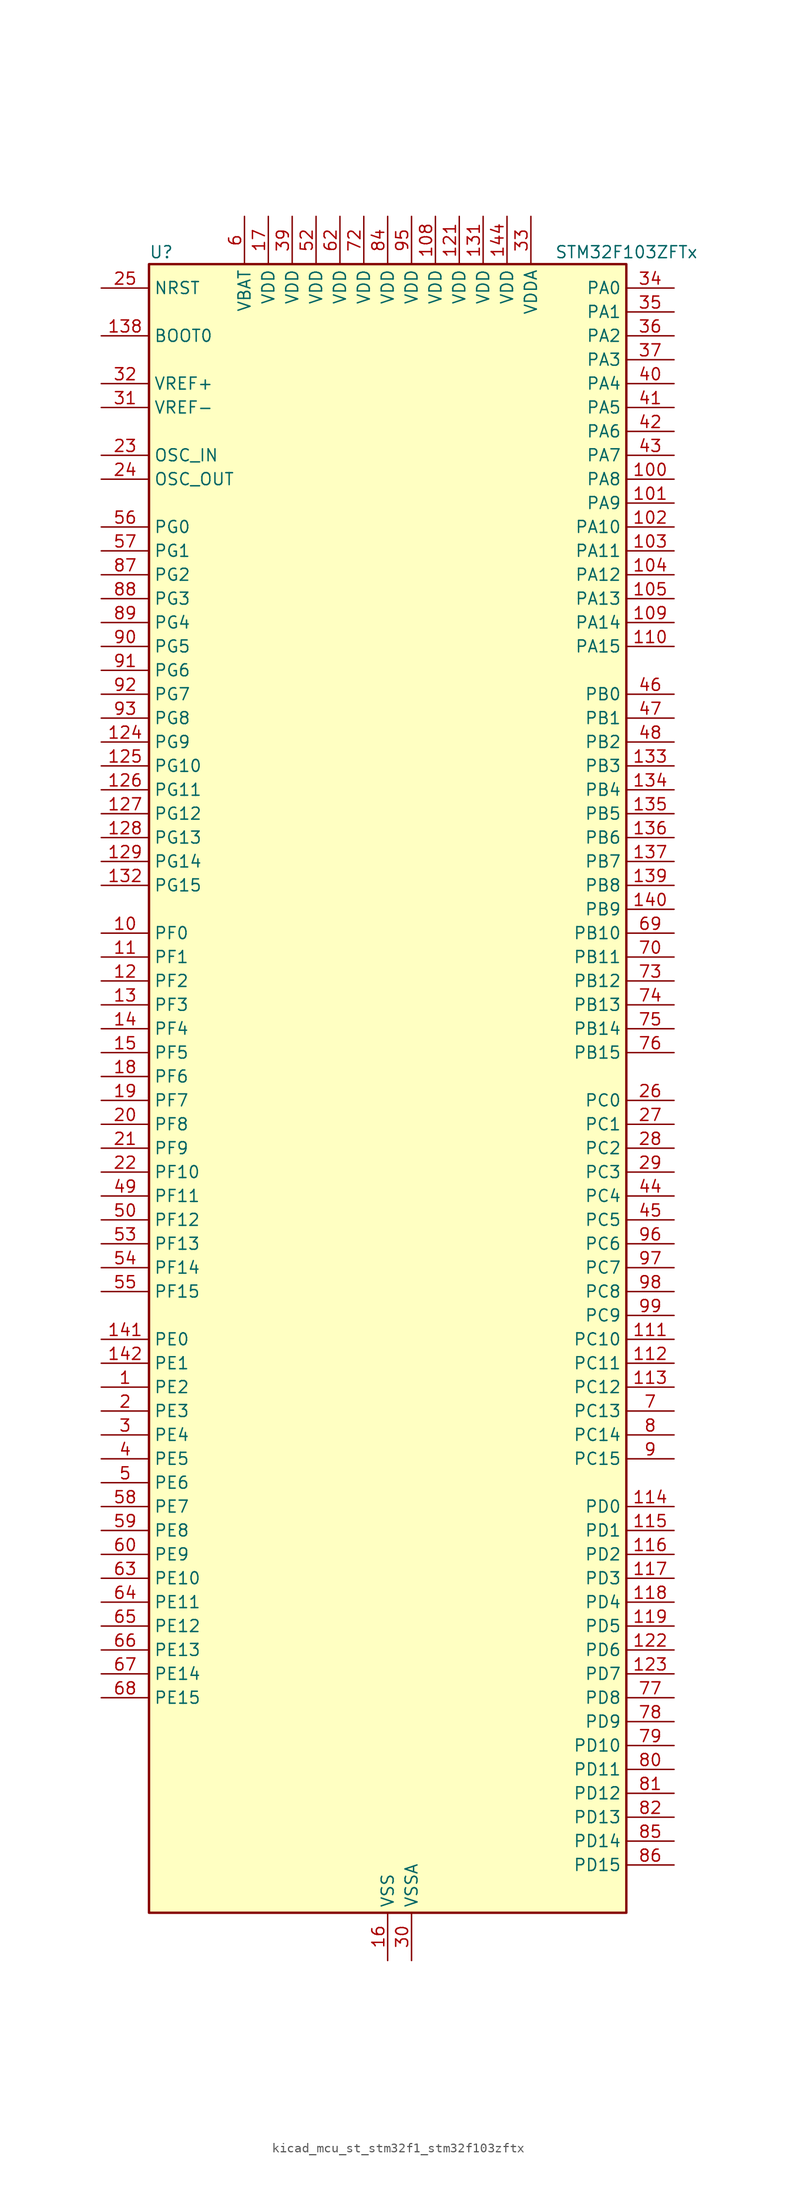
<source format=kicad_sym>
(kicad_symbol_lib
  (version 20220914)
  (generator kicad_symbol_editor)
  (symbol "kicad_mcu_st_stm32f1_stm32f103zftx"
    (property "Reference" "U"
      (at -25.4 90.17 0)
      (effects (font (size 1.27 1.27)) (justify left)))
    (property "Value" "STM32F103ZFTx"
      (at 17.78 90.17 0)
      (effects (font (size 1.27 1.27)) (justify left)))
    (property "ki_locked" ""
      (at 0 0 0)
      (effects (font (size 1.27 1.27))))
    (symbol "kicad_mcu_st_stm32f1_stm32f103zftx_0_1"
      (rectangle (start -25.4 -86.36) (end 25.4 88.9) (stroke (width 0.254) (type default)) (fill (type background))))
    (symbol "kicad_mcu_st_stm32f1_stm32f103zftx_1_1"
      (pin bidirectional line (at -30.48 -30.48 0) (length 5.08) (name "PE2" (effects (font (size 1.27 1.27)))) (number "1" (effects (font (size 1.27 1.27)))) (alternate "FSMC_A23" bidirectional line) (alternate "SYS_TRACECLK" bidirectional line))
      (pin bidirectional line (at -30.48 17.78 0) (length 5.08) (name "PF0" (effects (font (size 1.27 1.27)))) (number "10" (effects (font (size 1.27 1.27)))) (alternate "FSMC_A0" bidirectional line))
      (pin bidirectional line (at 30.48 66.04 180) (length 5.08) (name "PA8" (effects (font (size 1.27 1.27)))) (number "100" (effects (font (size 1.27 1.27)))) (alternate "RCC_MCO" bidirectional line) (alternate "TIM1_CH1" bidirectional line) (alternate "USART1_CK" bidirectional line))
      (pin bidirectional line (at 30.48 63.5 180) (length 5.08) (name "PA9" (effects (font (size 1.27 1.27)))) (number "101" (effects (font (size 1.27 1.27)))) (alternate "DAC_EXTI9" bidirectional line) (alternate "TIM1_CH2" bidirectional line) (alternate "USART1_TX" bidirectional line))
      (pin bidirectional line (at 30.48 60.96 180) (length 5.08) (name "PA10" (effects (font (size 1.27 1.27)))) (number "102" (effects (font (size 1.27 1.27)))) (alternate "TIM1_CH3" bidirectional line) (alternate "USART1_RX" bidirectional line))
      (pin bidirectional line (at 30.48 58.42 180) (length 5.08) (name "PA11" (effects (font (size 1.27 1.27)))) (number "103" (effects (font (size 1.27 1.27)))) (alternate "ADC1_EXTI11" bidirectional line) (alternate "ADC2_EXTI11" bidirectional line) (alternate "CAN_RX" bidirectional line) (alternate "TIM1_CH4" bidirectional line) (alternate "USART1_CTS" bidirectional line) (alternate "USB_DM" bidirectional line))
      (pin bidirectional line (at 30.48 55.88 180) (length 5.08) (name "PA12" (effects (font (size 1.27 1.27)))) (number "104" (effects (font (size 1.27 1.27)))) (alternate "CAN_TX" bidirectional line) (alternate "TIM1_ETR" bidirectional line) (alternate "USART1_RTS" bidirectional line) (alternate "USB_DP" bidirectional line))
      (pin bidirectional line (at 30.48 53.34 180) (length 5.08) (name "PA13" (effects (font (size 1.27 1.27)))) (number "105" (effects (font (size 1.27 1.27)))) (alternate "SYS_JTMS-SWDIO" bidirectional line))
      (pin no_connect line (at -25.4 -86.36 0) (length 5.08) hide (name "NC" (effects (font (size 1.27 1.27)))) (number "106" (effects (font (size 1.27 1.27)))))
      (pin passive line (at 0 -91.44 90) (length 5.08) hide (name "VSS" (effects (font (size 1.27 1.27)))) (number "107" (effects (font (size 1.27 1.27)))))
      (pin power_in line (at 5.08 93.98 270) (length 5.08) (name "VDD" (effects (font (size 1.27 1.27)))) (number "108" (effects (font (size 1.27 1.27)))))
      (pin bidirectional line (at 30.48 50.8 180) (length 5.08) (name "PA14" (effects (font (size 1.27 1.27)))) (number "109" (effects (font (size 1.27 1.27)))) (alternate "SYS_JTCK-SWCLK" bidirectional line))
      (pin bidirectional line (at -30.48 15.24 0) (length 5.08) (name "PF1" (effects (font (size 1.27 1.27)))) (number "11" (effects (font (size 1.27 1.27)))) (alternate "FSMC_A1" bidirectional line))
      (pin bidirectional line (at 30.48 48.26 180) (length 5.08) (name "PA15" (effects (font (size 1.27 1.27)))) (number "110" (effects (font (size 1.27 1.27)))) (alternate "ADC1_EXTI15" bidirectional line) (alternate "ADC2_EXTI15" bidirectional line) (alternate "I2S3_WS" bidirectional line) (alternate "SPI1_NSS" bidirectional line) (alternate "SPI3_NSS" bidirectional line) (alternate "SYS_JTDI" bidirectional line) (alternate "TIM2_CH1" bidirectional line) (alternate "TIM2_ETR" bidirectional line))
      (pin bidirectional line (at 30.48 -25.4 180) (length 5.08) (name "PC10" (effects (font (size 1.27 1.27)))) (number "111" (effects (font (size 1.27 1.27)))) (alternate "SDIO_D2" bidirectional line) (alternate "UART4_TX" bidirectional line) (alternate "USART3_TX" bidirectional line))
      (pin bidirectional line (at 30.48 -27.94 180) (length 5.08) (name "PC11" (effects (font (size 1.27 1.27)))) (number "112" (effects (font (size 1.27 1.27)))) (alternate "ADC1_EXTI11" bidirectional line) (alternate "ADC2_EXTI11" bidirectional line) (alternate "SDIO_D3" bidirectional line) (alternate "UART4_RX" bidirectional line) (alternate "USART3_RX" bidirectional line))
      (pin bidirectional line (at 30.48 -30.48 180) (length 5.08) (name "PC12" (effects (font (size 1.27 1.27)))) (number "113" (effects (font (size 1.27 1.27)))) (alternate "SDIO_CK" bidirectional line) (alternate "UART5_TX" bidirectional line) (alternate "USART3_CK" bidirectional line))
      (pin bidirectional line (at 30.48 -43.18 180) (length 5.08) (name "PD0" (effects (font (size 1.27 1.27)))) (number "114" (effects (font (size 1.27 1.27)))) (alternate "CAN_RX" bidirectional line) (alternate "FSMC_D2" bidirectional line) (alternate "FSMC_DA2" bidirectional line))
      (pin bidirectional line (at 30.48 -45.72 180) (length 5.08) (name "PD1" (effects (font (size 1.27 1.27)))) (number "115" (effects (font (size 1.27 1.27)))) (alternate "CAN_TX" bidirectional line) (alternate "FSMC_D3" bidirectional line) (alternate "FSMC_DA3" bidirectional line))
      (pin bidirectional line (at 30.48 -48.26 180) (length 5.08) (name "PD2" (effects (font (size 1.27 1.27)))) (number "116" (effects (font (size 1.27 1.27)))) (alternate "SDIO_CMD" bidirectional line) (alternate "TIM3_ETR" bidirectional line) (alternate "UART5_RX" bidirectional line))
      (pin bidirectional line (at 30.48 -50.8 180) (length 5.08) (name "PD3" (effects (font (size 1.27 1.27)))) (number "117" (effects (font (size 1.27 1.27)))) (alternate "FSMC_CLK" bidirectional line) (alternate "USART2_CTS" bidirectional line))
      (pin bidirectional line (at 30.48 -53.34 180) (length 5.08) (name "PD4" (effects (font (size 1.27 1.27)))) (number "118" (effects (font (size 1.27 1.27)))) (alternate "FSMC_NOE" bidirectional line) (alternate "USART2_RTS" bidirectional line))
      (pin bidirectional line (at 30.48 -55.88 180) (length 5.08) (name "PD5" (effects (font (size 1.27 1.27)))) (number "119" (effects (font (size 1.27 1.27)))) (alternate "FSMC_NWE" bidirectional line) (alternate "USART2_TX" bidirectional line))
      (pin bidirectional line (at -30.48 12.7 0) (length 5.08) (name "PF2" (effects (font (size 1.27 1.27)))) (number "12" (effects (font (size 1.27 1.27)))) (alternate "FSMC_A2" bidirectional line))
      (pin passive line (at 0 -91.44 90) (length 5.08) hide (name "VSS" (effects (font (size 1.27 1.27)))) (number "120" (effects (font (size 1.27 1.27)))))
      (pin power_in line (at 7.62 93.98 270) (length 5.08) (name "VDD" (effects (font (size 1.27 1.27)))) (number "121" (effects (font (size 1.27 1.27)))))
      (pin bidirectional line (at 30.48 -58.42 180) (length 5.08) (name "PD6" (effects (font (size 1.27 1.27)))) (number "122" (effects (font (size 1.27 1.27)))) (alternate "FSMC_NWAIT" bidirectional line) (alternate "USART2_RX" bidirectional line))
      (pin bidirectional line (at 30.48 -60.96 180) (length 5.08) (name "PD7" (effects (font (size 1.27 1.27)))) (number "123" (effects (font (size 1.27 1.27)))) (alternate "FSMC_NCE2" bidirectional line) (alternate "FSMC_NE1" bidirectional line) (alternate "USART2_CK" bidirectional line))
      (pin bidirectional line (at -30.48 38.1 0) (length 5.08) (name "PG9" (effects (font (size 1.27 1.27)))) (number "124" (effects (font (size 1.27 1.27)))) (alternate "DAC_EXTI9" bidirectional line) (alternate "FSMC_NCE3" bidirectional line) (alternate "FSMC_NE2" bidirectional line))
      (pin bidirectional line (at -30.48 35.56 0) (length 5.08) (name "PG10" (effects (font (size 1.27 1.27)))) (number "125" (effects (font (size 1.27 1.27)))) (alternate "FSMC_NCE4_1" bidirectional line) (alternate "FSMC_NE3" bidirectional line))
      (pin bidirectional line (at -30.48 33.02 0) (length 5.08) (name "PG11" (effects (font (size 1.27 1.27)))) (number "126" (effects (font (size 1.27 1.27)))) (alternate "ADC1_EXTI11" bidirectional line) (alternate "ADC2_EXTI11" bidirectional line) (alternate "FSMC_NCE4_2" bidirectional line))
      (pin bidirectional line (at -30.48 30.48 0) (length 5.08) (name "PG12" (effects (font (size 1.27 1.27)))) (number "127" (effects (font (size 1.27 1.27)))) (alternate "FSMC_NE4" bidirectional line))
      (pin bidirectional line (at -30.48 27.94 0) (length 5.08) (name "PG13" (effects (font (size 1.27 1.27)))) (number "128" (effects (font (size 1.27 1.27)))) (alternate "FSMC_A24" bidirectional line))
      (pin bidirectional line (at -30.48 25.4 0) (length 5.08) (name "PG14" (effects (font (size 1.27 1.27)))) (number "129" (effects (font (size 1.27 1.27)))) (alternate "FSMC_A25" bidirectional line))
      (pin bidirectional line (at -30.48 10.16 0) (length 5.08) (name "PF3" (effects (font (size 1.27 1.27)))) (number "13" (effects (font (size 1.27 1.27)))) (alternate "FSMC_A3" bidirectional line))
      (pin passive line (at 0 -91.44 90) (length 5.08) hide (name "VSS" (effects (font (size 1.27 1.27)))) (number "130" (effects (font (size 1.27 1.27)))))
      (pin power_in line (at 10.16 93.98 270) (length 5.08) (name "VDD" (effects (font (size 1.27 1.27)))) (number "131" (effects (font (size 1.27 1.27)))))
      (pin bidirectional line (at -30.48 22.86 0) (length 5.08) (name "PG15" (effects (font (size 1.27 1.27)))) (number "132" (effects (font (size 1.27 1.27)))) (alternate "ADC1_EXTI15" bidirectional line) (alternate "ADC2_EXTI15" bidirectional line))
      (pin bidirectional line (at 30.48 35.56 180) (length 5.08) (name "PB3" (effects (font (size 1.27 1.27)))) (number "133" (effects (font (size 1.27 1.27)))) (alternate "I2S3_CK" bidirectional line) (alternate "SPI1_SCK" bidirectional line) (alternate "SPI3_SCK" bidirectional line) (alternate "SYS_JTDO-TRACESWO" bidirectional line) (alternate "TIM2_CH2" bidirectional line))
      (pin bidirectional line (at 30.48 33.02 180) (length 5.08) (name "PB4" (effects (font (size 1.27 1.27)))) (number "134" (effects (font (size 1.27 1.27)))) (alternate "SPI1_MISO" bidirectional line) (alternate "SPI3_MISO" bidirectional line) (alternate "SYS_NJTRST" bidirectional line) (alternate "TIM3_CH1" bidirectional line))
      (pin bidirectional line (at 30.48 30.48 180) (length 5.08) (name "PB5" (effects (font (size 1.27 1.27)))) (number "135" (effects (font (size 1.27 1.27)))) (alternate "I2C1_SMBA" bidirectional line) (alternate "I2S3_SD" bidirectional line) (alternate "SPI1_MOSI" bidirectional line) (alternate "SPI3_MOSI" bidirectional line) (alternate "TIM3_CH2" bidirectional line))
      (pin bidirectional line (at 30.48 27.94 180) (length 5.08) (name "PB6" (effects (font (size 1.27 1.27)))) (number "136" (effects (font (size 1.27 1.27)))) (alternate "I2C1_SCL" bidirectional line) (alternate "TIM4_CH1" bidirectional line) (alternate "USART1_TX" bidirectional line))
      (pin bidirectional line (at 30.48 25.4 180) (length 5.08) (name "PB7" (effects (font (size 1.27 1.27)))) (number "137" (effects (font (size 1.27 1.27)))) (alternate "FSMC_NL" bidirectional line) (alternate "I2C1_SDA" bidirectional line) (alternate "TIM4_CH2" bidirectional line) (alternate "USART1_RX" bidirectional line))
      (pin input line (at -30.48 81.28 0) (length 5.08) (name "BOOT0" (effects (font (size 1.27 1.27)))) (number "138" (effects (font (size 1.27 1.27)))))
      (pin bidirectional line (at 30.48 22.86 180) (length 5.08) (name "PB8" (effects (font (size 1.27 1.27)))) (number "139" (effects (font (size 1.27 1.27)))) (alternate "CAN_RX" bidirectional line) (alternate "I2C1_SCL" bidirectional line) (alternate "SDIO_D4" bidirectional line) (alternate "TIM10_CH1" bidirectional line) (alternate "TIM4_CH3" bidirectional line))
      (pin bidirectional line (at -30.48 7.62 0) (length 5.08) (name "PF4" (effects (font (size 1.27 1.27)))) (number "14" (effects (font (size 1.27 1.27)))) (alternate "FSMC_A4" bidirectional line))
      (pin bidirectional line (at 30.48 20.32 180) (length 5.08) (name "PB9" (effects (font (size 1.27 1.27)))) (number "140" (effects (font (size 1.27 1.27)))) (alternate "CAN_TX" bidirectional line) (alternate "DAC_EXTI9" bidirectional line) (alternate "I2C1_SDA" bidirectional line) (alternate "SDIO_D5" bidirectional line) (alternate "TIM11_CH1" bidirectional line) (alternate "TIM4_CH4" bidirectional line))
      (pin bidirectional line (at -30.48 -25.4 0) (length 5.08) (name "PE0" (effects (font (size 1.27 1.27)))) (number "141" (effects (font (size 1.27 1.27)))) (alternate "FSMC_NBL0" bidirectional line) (alternate "TIM4_ETR" bidirectional line))
      (pin bidirectional line (at -30.48 -27.94 0) (length 5.08) (name "PE1" (effects (font (size 1.27 1.27)))) (number "142" (effects (font (size 1.27 1.27)))) (alternate "FSMC_NBL1" bidirectional line))
      (pin passive line (at 0 -91.44 90) (length 5.08) hide (name "VSS" (effects (font (size 1.27 1.27)))) (number "143" (effects (font (size 1.27 1.27)))))
      (pin power_in line (at 12.7 93.98 270) (length 5.08) (name "VDD" (effects (font (size 1.27 1.27)))) (number "144" (effects (font (size 1.27 1.27)))))
      (pin bidirectional line (at -30.48 5.08 0) (length 5.08) (name "PF5" (effects (font (size 1.27 1.27)))) (number "15" (effects (font (size 1.27 1.27)))) (alternate "FSMC_A5" bidirectional line))
      (pin power_in line (at 0 -91.44 90) (length 5.08) (name "VSS" (effects (font (size 1.27 1.27)))) (number "16" (effects (font (size 1.27 1.27)))))
      (pin power_in line (at -12.7 93.98 270) (length 5.08) (name "VDD" (effects (font (size 1.27 1.27)))) (number "17" (effects (font (size 1.27 1.27)))))
      (pin bidirectional line (at -30.48 2.54 0) (length 5.08) (name "PF6" (effects (font (size 1.27 1.27)))) (number "18" (effects (font (size 1.27 1.27)))) (alternate "ADC3_IN4" bidirectional line) (alternate "FSMC_NIORD" bidirectional line) (alternate "TIM10_CH1" bidirectional line))
      (pin bidirectional line (at -30.48 0 0) (length 5.08) (name "PF7" (effects (font (size 1.27 1.27)))) (number "19" (effects (font (size 1.27 1.27)))) (alternate "ADC3_IN5" bidirectional line) (alternate "FSMC_NREG" bidirectional line) (alternate "TIM11_CH1" bidirectional line))
      (pin bidirectional line (at -30.48 -33.02 0) (length 5.08) (name "PE3" (effects (font (size 1.27 1.27)))) (number "2" (effects (font (size 1.27 1.27)))) (alternate "FSMC_A19" bidirectional line) (alternate "SYS_TRACED0" bidirectional line))
      (pin bidirectional line (at -30.48 -2.54 0) (length 5.08) (name "PF8" (effects (font (size 1.27 1.27)))) (number "20" (effects (font (size 1.27 1.27)))) (alternate "ADC3_IN6" bidirectional line) (alternate "FSMC_NIOWR" bidirectional line) (alternate "TIM13_CH1" bidirectional line))
      (pin bidirectional line (at -30.48 -5.08 0) (length 5.08) (name "PF9" (effects (font (size 1.27 1.27)))) (number "21" (effects (font (size 1.27 1.27)))) (alternate "ADC3_IN7" bidirectional line) (alternate "DAC_EXTI9" bidirectional line) (alternate "FSMC_CD" bidirectional line) (alternate "TIM14_CH1" bidirectional line))
      (pin bidirectional line (at -30.48 -7.62 0) (length 5.08) (name "PF10" (effects (font (size 1.27 1.27)))) (number "22" (effects (font (size 1.27 1.27)))) (alternate "ADC3_IN8" bidirectional line) (alternate "FSMC_INTR" bidirectional line))
      (pin input line (at -30.48 68.58 0) (length 5.08) (name "OSC_IN" (effects (font (size 1.27 1.27)))) (number "23" (effects (font (size 1.27 1.27)))) (alternate "RCC_OSC_IN" bidirectional line))
      (pin input line (at -30.48 66.04 0) (length 5.08) (name "OSC_OUT" (effects (font (size 1.27 1.27)))) (number "24" (effects (font (size 1.27 1.27)))) (alternate "RCC_OSC_OUT" bidirectional line))
      (pin input line (at -30.48 86.36 0) (length 5.08) (name "NRST" (effects (font (size 1.27 1.27)))) (number "25" (effects (font (size 1.27 1.27)))))
      (pin bidirectional line (at 30.48 0 180) (length 5.08) (name "PC0" (effects (font (size 1.27 1.27)))) (number "26" (effects (font (size 1.27 1.27)))) (alternate "ADC1_IN10" bidirectional line) (alternate "ADC2_IN10" bidirectional line) (alternate "ADC3_IN10" bidirectional line))
      (pin bidirectional line (at 30.48 -2.54 180) (length 5.08) (name "PC1" (effects (font (size 1.27 1.27)))) (number "27" (effects (font (size 1.27 1.27)))) (alternate "ADC1_IN11" bidirectional line) (alternate "ADC2_IN11" bidirectional line) (alternate "ADC3_IN11" bidirectional line))
      (pin bidirectional line (at 30.48 -5.08 180) (length 5.08) (name "PC2" (effects (font (size 1.27 1.27)))) (number "28" (effects (font (size 1.27 1.27)))) (alternate "ADC1_IN12" bidirectional line) (alternate "ADC2_IN12" bidirectional line) (alternate "ADC3_IN12" bidirectional line))
      (pin bidirectional line (at 30.48 -7.62 180) (length 5.08) (name "PC3" (effects (font (size 1.27 1.27)))) (number "29" (effects (font (size 1.27 1.27)))) (alternate "ADC1_IN13" bidirectional line) (alternate "ADC2_IN13" bidirectional line) (alternate "ADC3_IN13" bidirectional line))
      (pin bidirectional line (at -30.48 -35.56 0) (length 5.08) (name "PE4" (effects (font (size 1.27 1.27)))) (number "3" (effects (font (size 1.27 1.27)))) (alternate "FSMC_A20" bidirectional line) (alternate "SYS_TRACED1" bidirectional line))
      (pin power_in line (at 2.54 -91.44 90) (length 5.08) (name "VSSA" (effects (font (size 1.27 1.27)))) (number "30" (effects (font (size 1.27 1.27)))))
      (pin input line (at -30.48 73.66 0) (length 5.08) (name "VREF-" (effects (font (size 1.27 1.27)))) (number "31" (effects (font (size 1.27 1.27)))))
      (pin input line (at -30.48 76.2 0) (length 5.08) (name "VREF+" (effects (font (size 1.27 1.27)))) (number "32" (effects (font (size 1.27 1.27)))))
      (pin power_in line (at 15.24 93.98 270) (length 5.08) (name "VDDA" (effects (font (size 1.27 1.27)))) (number "33" (effects (font (size 1.27 1.27)))))
      (pin bidirectional line (at 30.48 86.36 180) (length 5.08) (name "PA0" (effects (font (size 1.27 1.27)))) (number "34" (effects (font (size 1.27 1.27)))) (alternate "ADC1_IN0" bidirectional line) (alternate "ADC2_IN0" bidirectional line) (alternate "ADC3_IN0" bidirectional line) (alternate "SYS_WKUP" bidirectional line) (alternate "TIM2_CH1" bidirectional line) (alternate "TIM2_ETR" bidirectional line) (alternate "TIM5_CH1" bidirectional line) (alternate "TIM8_ETR" bidirectional line) (alternate "USART2_CTS" bidirectional line))
      (pin bidirectional line (at 30.48 83.82 180) (length 5.08) (name "PA1" (effects (font (size 1.27 1.27)))) (number "35" (effects (font (size 1.27 1.27)))) (alternate "ADC1_IN1" bidirectional line) (alternate "ADC2_IN1" bidirectional line) (alternate "ADC3_IN1" bidirectional line) (alternate "TIM2_CH2" bidirectional line) (alternate "TIM5_CH2" bidirectional line) (alternate "USART2_RTS" bidirectional line))
      (pin bidirectional line (at 30.48 81.28 180) (length 5.08) (name "PA2" (effects (font (size 1.27 1.27)))) (number "36" (effects (font (size 1.27 1.27)))) (alternate "ADC1_IN2" bidirectional line) (alternate "ADC2_IN2" bidirectional line) (alternate "ADC3_IN2" bidirectional line) (alternate "TIM2_CH3" bidirectional line) (alternate "TIM5_CH3" bidirectional line) (alternate "TIM9_CH1" bidirectional line) (alternate "USART2_TX" bidirectional line))
      (pin bidirectional line (at 30.48 78.74 180) (length 5.08) (name "PA3" (effects (font (size 1.27 1.27)))) (number "37" (effects (font (size 1.27 1.27)))) (alternate "ADC1_IN3" bidirectional line) (alternate "ADC2_IN3" bidirectional line) (alternate "ADC3_IN3" bidirectional line) (alternate "TIM2_CH4" bidirectional line) (alternate "TIM5_CH4" bidirectional line) (alternate "TIM9_CH2" bidirectional line) (alternate "USART2_RX" bidirectional line))
      (pin passive line (at 0 -91.44 90) (length 5.08) hide (name "VSS" (effects (font (size 1.27 1.27)))) (number "38" (effects (font (size 1.27 1.27)))))
      (pin power_in line (at -10.16 93.98 270) (length 5.08) (name "VDD" (effects (font (size 1.27 1.27)))) (number "39" (effects (font (size 1.27 1.27)))))
      (pin bidirectional line (at -30.48 -38.1 0) (length 5.08) (name "PE5" (effects (font (size 1.27 1.27)))) (number "4" (effects (font (size 1.27 1.27)))) (alternate "FSMC_A21" bidirectional line) (alternate "SYS_TRACED2" bidirectional line) (alternate "TIM9_CH1" bidirectional line))
      (pin bidirectional line (at 30.48 76.2 180) (length 5.08) (name "PA4" (effects (font (size 1.27 1.27)))) (number "40" (effects (font (size 1.27 1.27)))) (alternate "ADC1_IN4" bidirectional line) (alternate "ADC2_IN4" bidirectional line) (alternate "DAC_OUT1" bidirectional line) (alternate "SPI1_NSS" bidirectional line) (alternate "USART2_CK" bidirectional line))
      (pin bidirectional line (at 30.48 73.66 180) (length 5.08) (name "PA5" (effects (font (size 1.27 1.27)))) (number "41" (effects (font (size 1.27 1.27)))) (alternate "ADC1_IN5" bidirectional line) (alternate "ADC2_IN5" bidirectional line) (alternate "DAC_OUT2" bidirectional line) (alternate "SPI1_SCK" bidirectional line))
      (pin bidirectional line (at 30.48 71.12 180) (length 5.08) (name "PA6" (effects (font (size 1.27 1.27)))) (number "42" (effects (font (size 1.27 1.27)))) (alternate "ADC1_IN6" bidirectional line) (alternate "ADC2_IN6" bidirectional line) (alternate "SPI1_MISO" bidirectional line) (alternate "TIM13_CH1" bidirectional line) (alternate "TIM1_BKIN" bidirectional line) (alternate "TIM3_CH1" bidirectional line) (alternate "TIM8_BKIN" bidirectional line))
      (pin bidirectional line (at 30.48 68.58 180) (length 5.08) (name "PA7" (effects (font (size 1.27 1.27)))) (number "43" (effects (font (size 1.27 1.27)))) (alternate "ADC1_IN7" bidirectional line) (alternate "ADC2_IN7" bidirectional line) (alternate "SPI1_MOSI" bidirectional line) (alternate "TIM14_CH1" bidirectional line) (alternate "TIM1_CH1N" bidirectional line) (alternate "TIM3_CH2" bidirectional line) (alternate "TIM8_CH1N" bidirectional line))
      (pin bidirectional line (at 30.48 -10.16 180) (length 5.08) (name "PC4" (effects (font (size 1.27 1.27)))) (number "44" (effects (font (size 1.27 1.27)))) (alternate "ADC1_IN14" bidirectional line) (alternate "ADC2_IN14" bidirectional line))
      (pin bidirectional line (at 30.48 -12.7 180) (length 5.08) (name "PC5" (effects (font (size 1.27 1.27)))) (number "45" (effects (font (size 1.27 1.27)))) (alternate "ADC1_IN15" bidirectional line) (alternate "ADC2_IN15" bidirectional line))
      (pin bidirectional line (at 30.48 43.18 180) (length 5.08) (name "PB0" (effects (font (size 1.27 1.27)))) (number "46" (effects (font (size 1.27 1.27)))) (alternate "ADC1_IN8" bidirectional line) (alternate "ADC2_IN8" bidirectional line) (alternate "TIM1_CH2N" bidirectional line) (alternate "TIM3_CH3" bidirectional line) (alternate "TIM8_CH2N" bidirectional line))
      (pin bidirectional line (at 30.48 40.64 180) (length 5.08) (name "PB1" (effects (font (size 1.27 1.27)))) (number "47" (effects (font (size 1.27 1.27)))) (alternate "ADC1_IN9" bidirectional line) (alternate "ADC2_IN9" bidirectional line) (alternate "TIM1_CH3N" bidirectional line) (alternate "TIM3_CH4" bidirectional line) (alternate "TIM8_CH3N" bidirectional line))
      (pin bidirectional line (at 30.48 38.1 180) (length 5.08) (name "PB2" (effects (font (size 1.27 1.27)))) (number "48" (effects (font (size 1.27 1.27)))))
      (pin bidirectional line (at -30.48 -10.16 0) (length 5.08) (name "PF11" (effects (font (size 1.27 1.27)))) (number "49" (effects (font (size 1.27 1.27)))) (alternate "ADC1_EXTI11" bidirectional line) (alternate "ADC2_EXTI11" bidirectional line) (alternate "FSMC_NIOS16" bidirectional line))
      (pin bidirectional line (at -30.48 -40.64 0) (length 5.08) (name "PE6" (effects (font (size 1.27 1.27)))) (number "5" (effects (font (size 1.27 1.27)))) (alternate "FSMC_A22" bidirectional line) (alternate "SYS_TRACED3" bidirectional line) (alternate "TIM9_CH2" bidirectional line))
      (pin bidirectional line (at -30.48 -12.7 0) (length 5.08) (name "PF12" (effects (font (size 1.27 1.27)))) (number "50" (effects (font (size 1.27 1.27)))) (alternate "FSMC_A6" bidirectional line))
      (pin passive line (at 0 -91.44 90) (length 5.08) hide (name "VSS" (effects (font (size 1.27 1.27)))) (number "51" (effects (font (size 1.27 1.27)))))
      (pin power_in line (at -7.62 93.98 270) (length 5.08) (name "VDD" (effects (font (size 1.27 1.27)))) (number "52" (effects (font (size 1.27 1.27)))))
      (pin bidirectional line (at -30.48 -15.24 0) (length 5.08) (name "PF13" (effects (font (size 1.27 1.27)))) (number "53" (effects (font (size 1.27 1.27)))) (alternate "FSMC_A7" bidirectional line))
      (pin bidirectional line (at -30.48 -17.78 0) (length 5.08) (name "PF14" (effects (font (size 1.27 1.27)))) (number "54" (effects (font (size 1.27 1.27)))) (alternate "FSMC_A8" bidirectional line))
      (pin bidirectional line (at -30.48 -20.32 0) (length 5.08) (name "PF15" (effects (font (size 1.27 1.27)))) (number "55" (effects (font (size 1.27 1.27)))) (alternate "ADC1_EXTI15" bidirectional line) (alternate "ADC2_EXTI15" bidirectional line) (alternate "FSMC_A9" bidirectional line))
      (pin bidirectional line (at -30.48 60.96 0) (length 5.08) (name "PG0" (effects (font (size 1.27 1.27)))) (number "56" (effects (font (size 1.27 1.27)))) (alternate "FSMC_A10" bidirectional line))
      (pin bidirectional line (at -30.48 58.42 0) (length 5.08) (name "PG1" (effects (font (size 1.27 1.27)))) (number "57" (effects (font (size 1.27 1.27)))) (alternate "FSMC_A11" bidirectional line))
      (pin bidirectional line (at -30.48 -43.18 0) (length 5.08) (name "PE7" (effects (font (size 1.27 1.27)))) (number "58" (effects (font (size 1.27 1.27)))) (alternate "FSMC_D4" bidirectional line) (alternate "FSMC_DA4" bidirectional line) (alternate "TIM1_ETR" bidirectional line))
      (pin bidirectional line (at -30.48 -45.72 0) (length 5.08) (name "PE8" (effects (font (size 1.27 1.27)))) (number "59" (effects (font (size 1.27 1.27)))) (alternate "FSMC_D5" bidirectional line) (alternate "FSMC_DA5" bidirectional line) (alternate "TIM1_CH1N" bidirectional line))
      (pin power_in line (at -15.24 93.98 270) (length 5.08) (name "VBAT" (effects (font (size 1.27 1.27)))) (number "6" (effects (font (size 1.27 1.27)))))
      (pin bidirectional line (at -30.48 -48.26 0) (length 5.08) (name "PE9" (effects (font (size 1.27 1.27)))) (number "60" (effects (font (size 1.27 1.27)))) (alternate "DAC_EXTI9" bidirectional line) (alternate "FSMC_D6" bidirectional line) (alternate "FSMC_DA6" bidirectional line) (alternate "TIM1_CH1" bidirectional line))
      (pin passive line (at 0 -91.44 90) (length 5.08) hide (name "VSS" (effects (font (size 1.27 1.27)))) (number "61" (effects (font (size 1.27 1.27)))))
      (pin power_in line (at -5.08 93.98 270) (length 5.08) (name "VDD" (effects (font (size 1.27 1.27)))) (number "62" (effects (font (size 1.27 1.27)))))
      (pin bidirectional line (at -30.48 -50.8 0) (length 5.08) (name "PE10" (effects (font (size 1.27 1.27)))) (number "63" (effects (font (size 1.27 1.27)))) (alternate "FSMC_D7" bidirectional line) (alternate "FSMC_DA7" bidirectional line) (alternate "TIM1_CH2N" bidirectional line))
      (pin bidirectional line (at -30.48 -53.34 0) (length 5.08) (name "PE11" (effects (font (size 1.27 1.27)))) (number "64" (effects (font (size 1.27 1.27)))) (alternate "ADC1_EXTI11" bidirectional line) (alternate "ADC2_EXTI11" bidirectional line) (alternate "FSMC_D8" bidirectional line) (alternate "FSMC_DA8" bidirectional line) (alternate "TIM1_CH2" bidirectional line))
      (pin bidirectional line (at -30.48 -55.88 0) (length 5.08) (name "PE12" (effects (font (size 1.27 1.27)))) (number "65" (effects (font (size 1.27 1.27)))) (alternate "FSMC_D9" bidirectional line) (alternate "FSMC_DA9" bidirectional line) (alternate "TIM1_CH3N" bidirectional line))
      (pin bidirectional line (at -30.48 -58.42 0) (length 5.08) (name "PE13" (effects (font (size 1.27 1.27)))) (number "66" (effects (font (size 1.27 1.27)))) (alternate "FSMC_D10" bidirectional line) (alternate "FSMC_DA10" bidirectional line) (alternate "TIM1_CH3" bidirectional line))
      (pin bidirectional line (at -30.48 -60.96 0) (length 5.08) (name "PE14" (effects (font (size 1.27 1.27)))) (number "67" (effects (font (size 1.27 1.27)))) (alternate "FSMC_D11" bidirectional line) (alternate "FSMC_DA11" bidirectional line) (alternate "TIM1_CH4" bidirectional line))
      (pin bidirectional line (at -30.48 -63.5 0) (length 5.08) (name "PE15" (effects (font (size 1.27 1.27)))) (number "68" (effects (font (size 1.27 1.27)))) (alternate "ADC1_EXTI15" bidirectional line) (alternate "ADC2_EXTI15" bidirectional line) (alternate "FSMC_D12" bidirectional line) (alternate "FSMC_DA12" bidirectional line) (alternate "TIM1_BKIN" bidirectional line))
      (pin bidirectional line (at 30.48 17.78 180) (length 5.08) (name "PB10" (effects (font (size 1.27 1.27)))) (number "69" (effects (font (size 1.27 1.27)))) (alternate "I2C2_SCL" bidirectional line) (alternate "TIM2_CH3" bidirectional line) (alternate "USART3_TX" bidirectional line))
      (pin bidirectional line (at 30.48 -33.02 180) (length 5.08) (name "PC13" (effects (font (size 1.27 1.27)))) (number "7" (effects (font (size 1.27 1.27)))) (alternate "RTC_OUT" bidirectional line) (alternate "RTC_TAMPER" bidirectional line))
      (pin bidirectional line (at 30.48 15.24 180) (length 5.08) (name "PB11" (effects (font (size 1.27 1.27)))) (number "70" (effects (font (size 1.27 1.27)))) (alternate "ADC1_EXTI11" bidirectional line) (alternate "ADC2_EXTI11" bidirectional line) (alternate "I2C2_SDA" bidirectional line) (alternate "TIM2_CH4" bidirectional line) (alternate "USART3_RX" bidirectional line))
      (pin passive line (at 0 -91.44 90) (length 5.08) hide (name "VSS" (effects (font (size 1.27 1.27)))) (number "71" (effects (font (size 1.27 1.27)))))
      (pin power_in line (at -2.54 93.98 270) (length 5.08) (name "VDD" (effects (font (size 1.27 1.27)))) (number "72" (effects (font (size 1.27 1.27)))))
      (pin bidirectional line (at 30.48 12.7 180) (length 5.08) (name "PB12" (effects (font (size 1.27 1.27)))) (number "73" (effects (font (size 1.27 1.27)))) (alternate "I2C2_SMBA" bidirectional line) (alternate "I2S2_WS" bidirectional line) (alternate "SPI2_NSS" bidirectional line) (alternate "TIM1_BKIN" bidirectional line) (alternate "USART3_CK" bidirectional line))
      (pin bidirectional line (at 30.48 10.16 180) (length 5.08) (name "PB13" (effects (font (size 1.27 1.27)))) (number "74" (effects (font (size 1.27 1.27)))) (alternate "I2S2_CK" bidirectional line) (alternate "SPI2_SCK" bidirectional line) (alternate "TIM1_CH1N" bidirectional line) (alternate "USART3_CTS" bidirectional line))
      (pin bidirectional line (at 30.48 7.62 180) (length 5.08) (name "PB14" (effects (font (size 1.27 1.27)))) (number "75" (effects (font (size 1.27 1.27)))) (alternate "SPI2_MISO" bidirectional line) (alternate "TIM12_CH1" bidirectional line) (alternate "TIM1_CH2N" bidirectional line) (alternate "USART3_RTS" bidirectional line))
      (pin bidirectional line (at 30.48 5.08 180) (length 5.08) (name "PB15" (effects (font (size 1.27 1.27)))) (number "76" (effects (font (size 1.27 1.27)))) (alternate "ADC1_EXTI15" bidirectional line) (alternate "ADC2_EXTI15" bidirectional line) (alternate "I2S2_SD" bidirectional line) (alternate "SPI2_MOSI" bidirectional line) (alternate "TIM12_CH2" bidirectional line) (alternate "TIM1_CH3N" bidirectional line))
      (pin bidirectional line (at 30.48 -63.5 180) (length 5.08) (name "PD8" (effects (font (size 1.27 1.27)))) (number "77" (effects (font (size 1.27 1.27)))) (alternate "FSMC_D13" bidirectional line) (alternate "FSMC_DA13" bidirectional line) (alternate "USART3_TX" bidirectional line))
      (pin bidirectional line (at 30.48 -66.04 180) (length 5.08) (name "PD9" (effects (font (size 1.27 1.27)))) (number "78" (effects (font (size 1.27 1.27)))) (alternate "DAC_EXTI9" bidirectional line) (alternate "FSMC_D14" bidirectional line) (alternate "FSMC_DA14" bidirectional line) (alternate "USART3_RX" bidirectional line))
      (pin bidirectional line (at 30.48 -68.58 180) (length 5.08) (name "PD10" (effects (font (size 1.27 1.27)))) (number "79" (effects (font (size 1.27 1.27)))) (alternate "FSMC_D15" bidirectional line) (alternate "FSMC_DA15" bidirectional line) (alternate "USART3_CK" bidirectional line))
      (pin bidirectional line (at 30.48 -35.56 180) (length 5.08) (name "PC14" (effects (font (size 1.27 1.27)))) (number "8" (effects (font (size 1.27 1.27)))) (alternate "RCC_OSC32_IN" bidirectional line))
      (pin bidirectional line (at 30.48 -71.12 180) (length 5.08) (name "PD11" (effects (font (size 1.27 1.27)))) (number "80" (effects (font (size 1.27 1.27)))) (alternate "ADC1_EXTI11" bidirectional line) (alternate "ADC2_EXTI11" bidirectional line) (alternate "FSMC_A16" bidirectional line) (alternate "FSMC_CLE" bidirectional line) (alternate "USART3_CTS" bidirectional line))
      (pin bidirectional line (at 30.48 -73.66 180) (length 5.08) (name "PD12" (effects (font (size 1.27 1.27)))) (number "81" (effects (font (size 1.27 1.27)))) (alternate "FSMC_A17" bidirectional line) (alternate "FSMC_ALE" bidirectional line) (alternate "TIM4_CH1" bidirectional line) (alternate "USART3_RTS" bidirectional line))
      (pin bidirectional line (at 30.48 -76.2 180) (length 5.08) (name "PD13" (effects (font (size 1.27 1.27)))) (number "82" (effects (font (size 1.27 1.27)))) (alternate "FSMC_A18" bidirectional line) (alternate "TIM4_CH2" bidirectional line))
      (pin passive line (at 0 -91.44 90) (length 5.08) hide (name "VSS" (effects (font (size 1.27 1.27)))) (number "83" (effects (font (size 1.27 1.27)))))
      (pin power_in line (at 0 93.98 270) (length 5.08) (name "VDD" (effects (font (size 1.27 1.27)))) (number "84" (effects (font (size 1.27 1.27)))))
      (pin bidirectional line (at 30.48 -78.74 180) (length 5.08) (name "PD14" (effects (font (size 1.27 1.27)))) (number "85" (effects (font (size 1.27 1.27)))) (alternate "FSMC_D0" bidirectional line) (alternate "FSMC_DA0" bidirectional line) (alternate "TIM4_CH3" bidirectional line))
      (pin bidirectional line (at 30.48 -81.28 180) (length 5.08) (name "PD15" (effects (font (size 1.27 1.27)))) (number "86" (effects (font (size 1.27 1.27)))) (alternate "ADC1_EXTI15" bidirectional line) (alternate "ADC2_EXTI15" bidirectional line) (alternate "FSMC_D1" bidirectional line) (alternate "FSMC_DA1" bidirectional line) (alternate "TIM4_CH4" bidirectional line))
      (pin bidirectional line (at -30.48 55.88 0) (length 5.08) (name "PG2" (effects (font (size 1.27 1.27)))) (number "87" (effects (font (size 1.27 1.27)))) (alternate "FSMC_A12" bidirectional line))
      (pin bidirectional line (at -30.48 53.34 0) (length 5.08) (name "PG3" (effects (font (size 1.27 1.27)))) (number "88" (effects (font (size 1.27 1.27)))) (alternate "FSMC_A13" bidirectional line))
      (pin bidirectional line (at -30.48 50.8 0) (length 5.08) (name "PG4" (effects (font (size 1.27 1.27)))) (number "89" (effects (font (size 1.27 1.27)))) (alternate "FSMC_A14" bidirectional line))
      (pin bidirectional line (at 30.48 -38.1 180) (length 5.08) (name "PC15" (effects (font (size 1.27 1.27)))) (number "9" (effects (font (size 1.27 1.27)))) (alternate "ADC1_EXTI15" bidirectional line) (alternate "ADC2_EXTI15" bidirectional line) (alternate "RCC_OSC32_OUT" bidirectional line))
      (pin bidirectional line (at -30.48 48.26 0) (length 5.08) (name "PG5" (effects (font (size 1.27 1.27)))) (number "90" (effects (font (size 1.27 1.27)))) (alternate "FSMC_A15" bidirectional line))
      (pin bidirectional line (at -30.48 45.72 0) (length 5.08) (name "PG6" (effects (font (size 1.27 1.27)))) (number "91" (effects (font (size 1.27 1.27)))) (alternate "FSMC_INT2" bidirectional line))
      (pin bidirectional line (at -30.48 43.18 0) (length 5.08) (name "PG7" (effects (font (size 1.27 1.27)))) (number "92" (effects (font (size 1.27 1.27)))) (alternate "FSMC_INT3" bidirectional line))
      (pin bidirectional line (at -30.48 40.64 0) (length 5.08) (name "PG8" (effects (font (size 1.27 1.27)))) (number "93" (effects (font (size 1.27 1.27)))))
      (pin passive line (at 0 -91.44 90) (length 5.08) hide (name "VSS" (effects (font (size 1.27 1.27)))) (number "94" (effects (font (size 1.27 1.27)))))
      (pin power_in line (at 2.54 93.98 270) (length 5.08) (name "VDD" (effects (font (size 1.27 1.27)))) (number "95" (effects (font (size 1.27 1.27)))))
      (pin bidirectional line (at 30.48 -15.24 180) (length 5.08) (name "PC6" (effects (font (size 1.27 1.27)))) (number "96" (effects (font (size 1.27 1.27)))) (alternate "I2S2_MCK" bidirectional line) (alternate "SDIO_D6" bidirectional line) (alternate "TIM3_CH1" bidirectional line) (alternate "TIM8_CH1" bidirectional line))
      (pin bidirectional line (at 30.48 -17.78 180) (length 5.08) (name "PC7" (effects (font (size 1.27 1.27)))) (number "97" (effects (font (size 1.27 1.27)))) (alternate "I2S3_MCK" bidirectional line) (alternate "SDIO_D7" bidirectional line) (alternate "TIM3_CH2" bidirectional line) (alternate "TIM8_CH2" bidirectional line))
      (pin bidirectional line (at 30.48 -20.32 180) (length 5.08) (name "PC8" (effects (font (size 1.27 1.27)))) (number "98" (effects (font (size 1.27 1.27)))) (alternate "SDIO_D0" bidirectional line) (alternate "TIM3_CH3" bidirectional line) (alternate "TIM8_CH3" bidirectional line))
      (pin bidirectional line (at 30.48 -22.86 180) (length 5.08) (name "PC9" (effects (font (size 1.27 1.27)))) (number "99" (effects (font (size 1.27 1.27)))) (alternate "DAC_EXTI9" bidirectional line) (alternate "SDIO_D1" bidirectional line) (alternate "TIM3_CH4" bidirectional line) (alternate "TIM8_CH4" bidirectional line)))))
</source>
